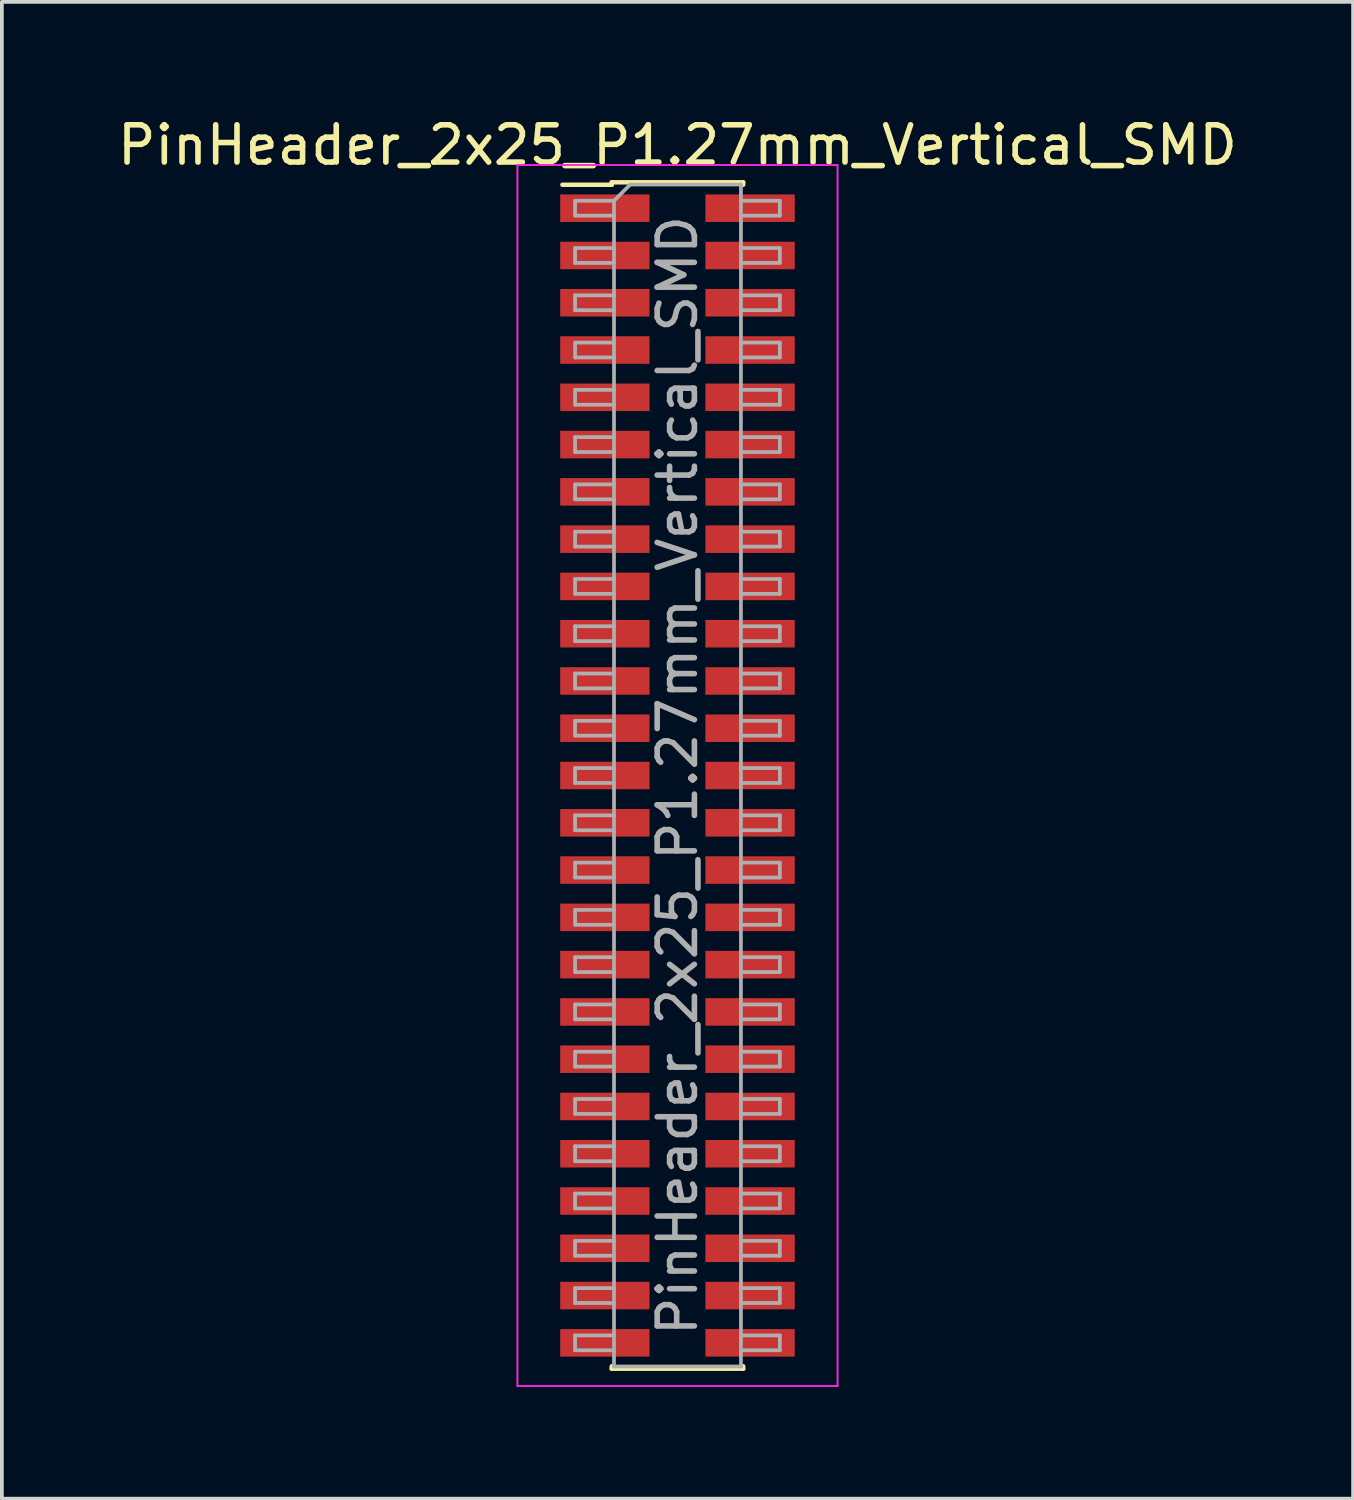
<source format=kicad_pcb>
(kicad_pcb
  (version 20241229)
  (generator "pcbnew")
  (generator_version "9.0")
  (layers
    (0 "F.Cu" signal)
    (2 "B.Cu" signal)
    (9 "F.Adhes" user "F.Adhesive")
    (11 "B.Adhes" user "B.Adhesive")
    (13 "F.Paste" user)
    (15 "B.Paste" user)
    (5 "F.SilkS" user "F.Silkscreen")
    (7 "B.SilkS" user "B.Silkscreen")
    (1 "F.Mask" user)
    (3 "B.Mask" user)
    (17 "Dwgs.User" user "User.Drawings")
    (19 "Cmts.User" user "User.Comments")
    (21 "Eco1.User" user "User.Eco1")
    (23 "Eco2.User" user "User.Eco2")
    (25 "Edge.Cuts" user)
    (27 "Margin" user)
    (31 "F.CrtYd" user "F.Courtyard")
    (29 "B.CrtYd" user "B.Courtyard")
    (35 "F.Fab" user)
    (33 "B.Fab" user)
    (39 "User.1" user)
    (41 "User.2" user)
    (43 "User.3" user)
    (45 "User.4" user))
  (footprint "PinHeader_2x25_P1.27mm_Vertical_SMD"
    (layer "F.Cu")
    (at 15.149 17.783)
    (property "Reference" "PinHeader_2x25_P1.27mm_Vertical_SMD" (at 0 -16.935 0) (layer "F.SilkS") (effects (font (size 1 1) (thickness 0.15))))
    (attr smd)
    (fp_line (start -3.09 -15.87) (end -1.765 -15.87) (stroke (width 0.12) (type solid)) (layer "F.SilkS"))
    (fp_line (start -1.765 -15.935) (end -1.765 -15.87) (stroke (width 0.12) (type solid)) (layer "F.SilkS"))
    (fp_line (start -1.765 -15.935) (end 1.765 -15.935) (stroke (width 0.12) (type solid)) (layer "F.SilkS"))
    (fp_line (start -1.765 15.87) (end -1.765 15.935) (stroke (width 0.12) (type solid)) (layer "F.SilkS"))
    (fp_line (start -1.765 15.935) (end 1.765 15.935) (stroke (width 0.12) (type solid)) (layer "F.SilkS"))
    (fp_line (start 1.765 -15.935) (end 1.765 -15.87) (stroke (width 0.12) (type solid)) (layer "F.SilkS"))
    (fp_line (start 1.765 15.87) (end 1.765 15.935) (stroke (width 0.12) (type solid)) (layer "F.SilkS"))
    (fp_line (start -4.3 -16.4) (end -4.3 16.4) (stroke (width 0.05) (type solid)) (layer "F.CrtYd"))
    (fp_line (start -4.3 16.4) (end 4.3 16.4) (stroke (width 0.05) (type solid)) (layer "F.CrtYd"))
    (fp_line (start 4.3 -16.4) (end -4.3 -16.4) (stroke (width 0.05) (type solid)) (layer "F.CrtYd"))
    (fp_line (start 4.3 16.4) (end 4.3 -16.4) (stroke (width 0.05) (type solid)) (layer "F.CrtYd"))
    (fp_line (start -2.75 -15.44) (end -2.75 -15.04) (stroke (width 0.1) (type solid)) (layer "F.Fab"))
    (fp_line (start -2.75 -15.04) (end -1.705 -15.04) (stroke (width 0.1) (type solid)) (layer "F.Fab"))
    (fp_line (start -2.75 -14.17) (end -2.75 -13.77) (stroke (width 0.1) (type solid)) (layer "F.Fab"))
    (fp_line (start -2.75 -13.77) (end -1.705 -13.77) (stroke (width 0.1) (type solid)) (layer "F.Fab"))
    (fp_line (start -2.75 -12.9) (end -2.75 -12.5) (stroke (width 0.1) (type solid)) (layer "F.Fab"))
    (fp_line (start -2.75 -12.5) (end -1.705 -12.5) (stroke (width 0.1) (type solid)) (layer "F.Fab"))
    (fp_line (start -2.75 -11.63) (end -2.75 -11.23) (stroke (width 0.1) (type solid)) (layer "F.Fab"))
    (fp_line (start -2.75 -11.23) (end -1.705 -11.23) (stroke (width 0.1) (type solid)) (layer "F.Fab"))
    (fp_line (start -2.75 -10.36) (end -2.75 -9.96) (stroke (width 0.1) (type solid)) (layer "F.Fab"))
    (fp_line (start -2.75 -9.96) (end -1.705 -9.96) (stroke (width 0.1) (type solid)) (layer "F.Fab"))
    (fp_line (start -2.75 -9.09) (end -2.75 -8.69) (stroke (width 0.1) (type solid)) (layer "F.Fab"))
    (fp_line (start -2.75 -8.69) (end -1.705 -8.69) (stroke (width 0.1) (type solid)) (layer "F.Fab"))
    (fp_line (start -2.75 -7.82) (end -2.75 -7.42) (stroke (width 0.1) (type solid)) (layer "F.Fab"))
    (fp_line (start -2.75 -7.42) (end -1.705 -7.42) (stroke (width 0.1) (type solid)) (layer "F.Fab"))
    (fp_line (start -2.75 -6.55) (end -2.75 -6.15) (stroke (width 0.1) (type solid)) (layer "F.Fab"))
    (fp_line (start -2.75 -6.15) (end -1.705 -6.15) (stroke (width 0.1) (type solid)) (layer "F.Fab"))
    (fp_line (start -2.75 -5.28) (end -2.75 -4.88) (stroke (width 0.1) (type solid)) (layer "F.Fab"))
    (fp_line (start -2.75 -4.88) (end -1.705 -4.88) (stroke (width 0.1) (type solid)) (layer "F.Fab"))
    (fp_line (start -2.75 -4.01) (end -2.75 -3.61) (stroke (width 0.1) (type solid)) (layer "F.Fab"))
    (fp_line (start -2.75 -3.61) (end -1.705 -3.61) (stroke (width 0.1) (type solid)) (layer "F.Fab"))
    (fp_line (start -2.75 -2.74) (end -2.75 -2.34) (stroke (width 0.1) (type solid)) (layer "F.Fab"))
    (fp_line (start -2.75 -2.34) (end -1.705 -2.34) (stroke (width 0.1) (type solid)) (layer "F.Fab"))
    (fp_line (start -2.75 -1.47) (end -2.75 -1.07) (stroke (width 0.1) (type solid)) (layer "F.Fab"))
    (fp_line (start -2.75 -1.07) (end -1.705 -1.07) (stroke (width 0.1) (type solid)) (layer "F.Fab"))
    (fp_line (start -2.75 -0.2) (end -2.75 0.2) (stroke (width 0.1) (type solid)) (layer "F.Fab"))
    (fp_line (start -2.75 0.2) (end -1.705 0.2) (stroke (width 0.1) (type solid)) (layer "F.Fab"))
    (fp_line (start -2.75 1.07) (end -2.75 1.47) (stroke (width 0.1) (type solid)) (layer "F.Fab"))
    (fp_line (start -2.75 1.47) (end -1.705 1.47) (stroke (width 0.1) (type solid)) (layer "F.Fab"))
    (fp_line (start -2.75 2.34) (end -2.75 2.74) (stroke (width 0.1) (type solid)) (layer "F.Fab"))
    (fp_line (start -2.75 2.74) (end -1.705 2.74) (stroke (width 0.1) (type solid)) (layer "F.Fab"))
    (fp_line (start -2.75 3.61) (end -2.75 4.01) (stroke (width 0.1) (type solid)) (layer "F.Fab"))
    (fp_line (start -2.75 4.01) (end -1.705 4.01) (stroke (width 0.1) (type solid)) (layer "F.Fab"))
    (fp_line (start -2.75 4.88) (end -2.75 5.28) (stroke (width 0.1) (type solid)) (layer "F.Fab"))
    (fp_line (start -2.75 5.28) (end -1.705 5.28) (stroke (width 0.1) (type solid)) (layer "F.Fab"))
    (fp_line (start -2.75 6.15) (end -2.75 6.55) (stroke (width 0.1) (type solid)) (layer "F.Fab"))
    (fp_line (start -2.75 6.55) (end -1.705 6.55) (stroke (width 0.1) (type solid)) (layer "F.Fab"))
    (fp_line (start -2.75 7.42) (end -2.75 7.82) (stroke (width 0.1) (type solid)) (layer "F.Fab"))
    (fp_line (start -2.75 7.82) (end -1.705 7.82) (stroke (width 0.1) (type solid)) (layer "F.Fab"))
    (fp_line (start -2.75 8.69) (end -2.75 9.09) (stroke (width 0.1) (type solid)) (layer "F.Fab"))
    (fp_line (start -2.75 9.09) (end -1.705 9.09) (stroke (width 0.1) (type solid)) (layer "F.Fab"))
    (fp_line (start -2.75 9.96) (end -2.75 10.36) (stroke (width 0.1) (type solid)) (layer "F.Fab"))
    (fp_line (start -2.75 10.36) (end -1.705 10.36) (stroke (width 0.1) (type solid)) (layer "F.Fab"))
    (fp_line (start -2.75 11.23) (end -2.75 11.63) (stroke (width 0.1) (type solid)) (layer "F.Fab"))
    (fp_line (start -2.75 11.63) (end -1.705 11.63) (stroke (width 0.1) (type solid)) (layer "F.Fab"))
    (fp_line (start -2.75 12.5) (end -2.75 12.9) (stroke (width 0.1) (type solid)) (layer "F.Fab"))
    (fp_line (start -2.75 12.9) (end -1.705 12.9) (stroke (width 0.1) (type solid)) (layer "F.Fab"))
    (fp_line (start -2.75 13.77) (end -2.75 14.17) (stroke (width 0.1) (type solid)) (layer "F.Fab"))
    (fp_line (start -2.75 14.17) (end -1.705 14.17) (stroke (width 0.1) (type solid)) (layer "F.Fab"))
    (fp_line (start -2.75 15.04) (end -2.75 15.44) (stroke (width 0.1) (type solid)) (layer "F.Fab"))
    (fp_line (start -2.75 15.44) (end -1.705 15.44) (stroke (width 0.1) (type solid)) (layer "F.Fab"))
    (fp_line (start -1.705 -15.44) (end -2.75 -15.44) (stroke (width 0.1) (type solid)) (layer "F.Fab"))
    (fp_line (start -1.705 -15.44) (end -1.27 -15.875) (stroke (width 0.1) (type solid)) (layer "F.Fab"))
    (fp_line (start -1.705 -14.17) (end -2.75 -14.17) (stroke (width 0.1) (type solid)) (layer "F.Fab"))
    (fp_line (start -1.705 -12.9) (end -2.75 -12.9) (stroke (width 0.1) (type solid)) (layer "F.Fab"))
    (fp_line (start -1.705 -11.63) (end -2.75 -11.63) (stroke (width 0.1) (type solid)) (layer "F.Fab"))
    (fp_line (start -1.705 -10.36) (end -2.75 -10.36) (stroke (width 0.1) (type solid)) (layer "F.Fab"))
    (fp_line (start -1.705 -9.09) (end -2.75 -9.09) (stroke (width 0.1) (type solid)) (layer "F.Fab"))
    (fp_line (start -1.705 -7.82) (end -2.75 -7.82) (stroke (width 0.1) (type solid)) (layer "F.Fab"))
    (fp_line (start -1.705 -6.55) (end -2.75 -6.55) (stroke (width 0.1) (type solid)) (layer "F.Fab"))
    (fp_line (start -1.705 -5.28) (end -2.75 -5.28) (stroke (width 0.1) (type solid)) (layer "F.Fab"))
    (fp_line (start -1.705 -4.01) (end -2.75 -4.01) (stroke (width 0.1) (type solid)) (layer "F.Fab"))
    (fp_line (start -1.705 -2.74) (end -2.75 -2.74) (stroke (width 0.1) (type solid)) (layer "F.Fab"))
    (fp_line (start -1.705 -1.47) (end -2.75 -1.47) (stroke (width 0.1) (type solid)) (layer "F.Fab"))
    (fp_line (start -1.705 -0.2) (end -2.75 -0.2) (stroke (width 0.1) (type solid)) (layer "F.Fab"))
    (fp_line (start -1.705 1.07) (end -2.75 1.07) (stroke (width 0.1) (type solid)) (layer "F.Fab"))
    (fp_line (start -1.705 2.34) (end -2.75 2.34) (stroke (width 0.1) (type solid)) (layer "F.Fab"))
    (fp_line (start -1.705 3.61) (end -2.75 3.61) (stroke (width 0.1) (type solid)) (layer "F.Fab"))
    (fp_line (start -1.705 4.88) (end -2.75 4.88) (stroke (width 0.1) (type solid)) (layer "F.Fab"))
    (fp_line (start -1.705 6.15) (end -2.75 6.15) (stroke (width 0.1) (type solid)) (layer "F.Fab"))
    (fp_line (start -1.705 7.42) (end -2.75 7.42) (stroke (width 0.1) (type solid)) (layer "F.Fab"))
    (fp_line (start -1.705 8.69) (end -2.75 8.69) (stroke (width 0.1) (type solid)) (layer "F.Fab"))
    (fp_line (start -1.705 9.96) (end -2.75 9.96) (stroke (width 0.1) (type solid)) (layer "F.Fab"))
    (fp_line (start -1.705 11.23) (end -2.75 11.23) (stroke (width 0.1) (type solid)) (layer "F.Fab"))
    (fp_line (start -1.705 12.5) (end -2.75 12.5) (stroke (width 0.1) (type solid)) (layer "F.Fab"))
    (fp_line (start -1.705 13.77) (end -2.75 13.77) (stroke (width 0.1) (type solid)) (layer "F.Fab"))
    (fp_line (start -1.705 15.04) (end -2.75 15.04) (stroke (width 0.1) (type solid)) (layer "F.Fab"))
    (fp_line (start -1.705 15.875) (end -1.705 -15.44) (stroke (width 0.1) (type solid)) (layer "F.Fab"))
    (fp_line (start -1.27 -15.875) (end 1.705 -15.875) (stroke (width 0.1) (type solid)) (layer "F.Fab"))
    (fp_line (start 1.705 -15.875) (end 1.705 15.875) (stroke (width 0.1) (type solid)) (layer "F.Fab"))
    (fp_line (start 1.705 -15.44) (end 2.75 -15.44) (stroke (width 0.1) (type solid)) (layer "F.Fab"))
    (fp_line (start 1.705 -14.17) (end 2.75 -14.17) (stroke (width 0.1) (type solid)) (layer "F.Fab"))
    (fp_line (start 1.705 -12.9) (end 2.75 -12.9) (stroke (width 0.1) (type solid)) (layer "F.Fab"))
    (fp_line (start 1.705 -11.63) (end 2.75 -11.63) (stroke (width 0.1) (type solid)) (layer "F.Fab"))
    (fp_line (start 1.705 -10.36) (end 2.75 -10.36) (stroke (width 0.1) (type solid)) (layer "F.Fab"))
    (fp_line (start 1.705 -9.09) (end 2.75 -9.09) (stroke (width 0.1) (type solid)) (layer "F.Fab"))
    (fp_line (start 1.705 -7.82) (end 2.75 -7.82) (stroke (width 0.1) (type solid)) (layer "F.Fab"))
    (fp_line (start 1.705 -6.55) (end 2.75 -6.55) (stroke (width 0.1) (type solid)) (layer "F.Fab"))
    (fp_line (start 1.705 -5.28) (end 2.75 -5.28) (stroke (width 0.1) (type solid)) (layer "F.Fab"))
    (fp_line (start 1.705 -4.01) (end 2.75 -4.01) (stroke (width 0.1) (type solid)) (layer "F.Fab"))
    (fp_line (start 1.705 -2.74) (end 2.75 -2.74) (stroke (width 0.1) (type solid)) (layer "F.Fab"))
    (fp_line (start 1.705 -1.47) (end 2.75 -1.47) (stroke (width 0.1) (type solid)) (layer "F.Fab"))
    (fp_line (start 1.705 -0.2) (end 2.75 -0.2) (stroke (width 0.1) (type solid)) (layer "F.Fab"))
    (fp_line (start 1.705 1.07) (end 2.75 1.07) (stroke (width 0.1) (type solid)) (layer "F.Fab"))
    (fp_line (start 1.705 2.34) (end 2.75 2.34) (stroke (width 0.1) (type solid)) (layer "F.Fab"))
    (fp_line (start 1.705 3.61) (end 2.75 3.61) (stroke (width 0.1) (type solid)) (layer "F.Fab"))
    (fp_line (start 1.705 4.88) (end 2.75 4.88) (stroke (width 0.1) (type solid)) (layer "F.Fab"))
    (fp_line (start 1.705 6.15) (end 2.75 6.15) (stroke (width 0.1) (type solid)) (layer "F.Fab"))
    (fp_line (start 1.705 7.42) (end 2.75 7.42) (stroke (width 0.1) (type solid)) (layer "F.Fab"))
    (fp_line (start 1.705 8.69) (end 2.75 8.69) (stroke (width 0.1) (type solid)) (layer "F.Fab"))
    (fp_line (start 1.705 9.96) (end 2.75 9.96) (stroke (width 0.1) (type solid)) (layer "F.Fab"))
    (fp_line (start 1.705 11.23) (end 2.75 11.23) (stroke (width 0.1) (type solid)) (layer "F.Fab"))
    (fp_line (start 1.705 12.5) (end 2.75 12.5) (stroke (width 0.1) (type solid)) (layer "F.Fab"))
    (fp_line (start 1.705 13.77) (end 2.75 13.77) (stroke (width 0.1) (type solid)) (layer "F.Fab"))
    (fp_line (start 1.705 15.04) (end 2.75 15.04) (stroke (width 0.1) (type solid)) (layer "F.Fab"))
    (fp_line (start 1.705 15.875) (end -1.705 15.875) (stroke (width 0.1) (type solid)) (layer "F.Fab"))
    (fp_line (start 2.75 -15.44) (end 2.75 -15.04) (stroke (width 0.1) (type solid)) (layer "F.Fab"))
    (fp_line (start 2.75 -15.04) (end 1.705 -15.04) (stroke (width 0.1) (type solid)) (layer "F.Fab"))
    (fp_line (start 2.75 -14.17) (end 2.75 -13.77) (stroke (width 0.1) (type solid)) (layer "F.Fab"))
    (fp_line (start 2.75 -13.77) (end 1.705 -13.77) (stroke (width 0.1) (type solid)) (layer "F.Fab"))
    (fp_line (start 2.75 -12.9) (end 2.75 -12.5) (stroke (width 0.1) (type solid)) (layer "F.Fab"))
    (fp_line (start 2.75 -12.5) (end 1.705 -12.5) (stroke (width 0.1) (type solid)) (layer "F.Fab"))
    (fp_line (start 2.75 -11.63) (end 2.75 -11.23) (stroke (width 0.1) (type solid)) (layer "F.Fab"))
    (fp_line (start 2.75 -11.23) (end 1.705 -11.23) (stroke (width 0.1) (type solid)) (layer "F.Fab"))
    (fp_line (start 2.75 -10.36) (end 2.75 -9.96) (stroke (width 0.1) (type solid)) (layer "F.Fab"))
    (fp_line (start 2.75 -9.96) (end 1.705 -9.96) (stroke (width 0.1) (type solid)) (layer "F.Fab"))
    (fp_line (start 2.75 -9.09) (end 2.75 -8.69) (stroke (width 0.1) (type solid)) (layer "F.Fab"))
    (fp_line (start 2.75 -8.69) (end 1.705 -8.69) (stroke (width 0.1) (type solid)) (layer "F.Fab"))
    (fp_line (start 2.75 -7.82) (end 2.75 -7.42) (stroke (width 0.1) (type solid)) (layer "F.Fab"))
    (fp_line (start 2.75 -7.42) (end 1.705 -7.42) (stroke (width 0.1) (type solid)) (layer "F.Fab"))
    (fp_line (start 2.75 -6.55) (end 2.75 -6.15) (stroke (width 0.1) (type solid)) (layer "F.Fab"))
    (fp_line (start 2.75 -6.15) (end 1.705 -6.15) (stroke (width 0.1) (type solid)) (layer "F.Fab"))
    (fp_line (start 2.75 -5.28) (end 2.75 -4.88) (stroke (width 0.1) (type solid)) (layer "F.Fab"))
    (fp_line (start 2.75 -4.88) (end 1.705 -4.88) (stroke (width 0.1) (type solid)) (layer "F.Fab"))
    (fp_line (start 2.75 -4.01) (end 2.75 -3.61) (stroke (width 0.1) (type solid)) (layer "F.Fab"))
    (fp_line (start 2.75 -3.61) (end 1.705 -3.61) (stroke (width 0.1) (type solid)) (layer "F.Fab"))
    (fp_line (start 2.75 -2.74) (end 2.75 -2.34) (stroke (width 0.1) (type solid)) (layer "F.Fab"))
    (fp_line (start 2.75 -2.34) (end 1.705 -2.34) (stroke (width 0.1) (type solid)) (layer "F.Fab"))
    (fp_line (start 2.75 -1.47) (end 2.75 -1.07) (stroke (width 0.1) (type solid)) (layer "F.Fab"))
    (fp_line (start 2.75 -1.07) (end 1.705 -1.07) (stroke (width 0.1) (type solid)) (layer "F.Fab"))
    (fp_line (start 2.75 -0.2) (end 2.75 0.2) (stroke (width 0.1) (type solid)) (layer "F.Fab"))
    (fp_line (start 2.75 0.2) (end 1.705 0.2) (stroke (width 0.1) (type solid)) (layer "F.Fab"))
    (fp_line (start 2.75 1.07) (end 2.75 1.47) (stroke (width 0.1) (type solid)) (layer "F.Fab"))
    (fp_line (start 2.75 1.47) (end 1.705 1.47) (stroke (width 0.1) (type solid)) (layer "F.Fab"))
    (fp_line (start 2.75 2.34) (end 2.75 2.74) (stroke (width 0.1) (type solid)) (layer "F.Fab"))
    (fp_line (start 2.75 2.74) (end 1.705 2.74) (stroke (width 0.1) (type solid)) (layer "F.Fab"))
    (fp_line (start 2.75 3.61) (end 2.75 4.01) (stroke (width 0.1) (type solid)) (layer "F.Fab"))
    (fp_line (start 2.75 4.01) (end 1.705 4.01) (stroke (width 0.1) (type solid)) (layer "F.Fab"))
    (fp_line (start 2.75 4.88) (end 2.75 5.28) (stroke (width 0.1) (type solid)) (layer "F.Fab"))
    (fp_line (start 2.75 5.28) (end 1.705 5.28) (stroke (width 0.1) (type solid)) (layer "F.Fab"))
    (fp_line (start 2.75 6.15) (end 2.75 6.55) (stroke (width 0.1) (type solid)) (layer "F.Fab"))
    (fp_line (start 2.75 6.55) (end 1.705 6.55) (stroke (width 0.1) (type solid)) (layer "F.Fab"))
    (fp_line (start 2.75 7.42) (end 2.75 7.82) (stroke (width 0.1) (type solid)) (layer "F.Fab"))
    (fp_line (start 2.75 7.82) (end 1.705 7.82) (stroke (width 0.1) (type solid)) (layer "F.Fab"))
    (fp_line (start 2.75 8.69) (end 2.75 9.09) (stroke (width 0.1) (type solid)) (layer "F.Fab"))
    (fp_line (start 2.75 9.09) (end 1.705 9.09) (stroke (width 0.1) (type solid)) (layer "F.Fab"))
    (fp_line (start 2.75 9.96) (end 2.75 10.36) (stroke (width 0.1) (type solid)) (layer "F.Fab"))
    (fp_line (start 2.75 10.36) (end 1.705 10.36) (stroke (width 0.1) (type solid)) (layer "F.Fab"))
    (fp_line (start 2.75 11.23) (end 2.75 11.63) (stroke (width 0.1) (type solid)) (layer "F.Fab"))
    (fp_line (start 2.75 11.63) (end 1.705 11.63) (stroke (width 0.1) (type solid)) (layer "F.Fab"))
    (fp_line (start 2.75 12.5) (end 2.75 12.9) (stroke (width 0.1) (type solid)) (layer "F.Fab"))
    (fp_line (start 2.75 12.9) (end 1.705 12.9) (stroke (width 0.1) (type solid)) (layer "F.Fab"))
    (fp_line (start 2.75 13.77) (end 2.75 14.17) (stroke (width 0.1) (type solid)) (layer "F.Fab"))
    (fp_line (start 2.75 14.17) (end 1.705 14.17) (stroke (width 0.1) (type solid)) (layer "F.Fab"))
    (fp_line (start 2.75 15.04) (end 2.75 15.44) (stroke (width 0.1) (type solid)) (layer "F.Fab"))
    (fp_line (start 2.75 15.44) (end 1.705 15.44) (stroke (width 0.1) (type solid)) (layer "F.Fab"))
    (fp_text user "${REFERENCE}" (at 0 0 90) (layer "F.Fab") (effects (font (size 1 1) (thickness 0.15))))
    (pad "1" smd rect (at -1.95 -15.24) (size 2.4 0.74) (layers "F.Cu" "F.Mask" "F.Paste"))
    (pad "2" smd rect (at 1.95 -15.24) (size 2.4 0.74) (layers "F.Cu" "F.Mask" "F.Paste"))
    (pad "3" smd rect (at -1.95 -13.97) (size 2.4 0.74) (layers "F.Cu" "F.Mask" "F.Paste"))
    (pad "4" smd rect (at 1.95 -13.97) (size 2.4 0.74) (layers "F.Cu" "F.Mask" "F.Paste"))
    (pad "5" smd rect (at -1.95 -12.7) (size 2.4 0.74) (layers "F.Cu" "F.Mask" "F.Paste"))
    (pad "6" smd rect (at 1.95 -12.7) (size 2.4 0.74) (layers "F.Cu" "F.Mask" "F.Paste"))
    (pad "7" smd rect (at -1.95 -11.43) (size 2.4 0.74) (layers "F.Cu" "F.Mask" "F.Paste"))
    (pad "8" smd rect (at 1.95 -11.43) (size 2.4 0.74) (layers "F.Cu" "F.Mask" "F.Paste"))
    (pad "9" smd rect (at -1.95 -10.16) (size 2.4 0.74) (layers "F.Cu" "F.Mask" "F.Paste"))
    (pad "10" smd rect (at 1.95 -10.16) (size 2.4 0.74) (layers "F.Cu" "F.Mask" "F.Paste"))
    (pad "11" smd rect (at -1.95 -8.89) (size 2.4 0.74) (layers "F.Cu" "F.Mask" "F.Paste"))
    (pad "12" smd rect (at 1.95 -8.89) (size 2.4 0.74) (layers "F.Cu" "F.Mask" "F.Paste"))
    (pad "13" smd rect (at -1.95 -7.62) (size 2.4 0.74) (layers "F.Cu" "F.Mask" "F.Paste"))
    (pad "14" smd rect (at 1.95 -7.62) (size 2.4 0.74) (layers "F.Cu" "F.Mask" "F.Paste"))
    (pad "15" smd rect (at -1.95 -6.35) (size 2.4 0.74) (layers "F.Cu" "F.Mask" "F.Paste"))
    (pad "16" smd rect (at 1.95 -6.35) (size 2.4 0.74) (layers "F.Cu" "F.Mask" "F.Paste"))
    (pad "17" smd rect (at -1.95 -5.08) (size 2.4 0.74) (layers "F.Cu" "F.Mask" "F.Paste"))
    (pad "18" smd rect (at 1.95 -5.08) (size 2.4 0.74) (layers "F.Cu" "F.Mask" "F.Paste"))
    (pad "19" smd rect (at -1.95 -3.81) (size 2.4 0.74) (layers "F.Cu" "F.Mask" "F.Paste"))
    (pad "20" smd rect (at 1.95 -3.81) (size 2.4 0.74) (layers "F.Cu" "F.Mask" "F.Paste"))
    (pad "21" smd rect (at -1.95 -2.54) (size 2.4 0.74) (layers "F.Cu" "F.Mask" "F.Paste"))
    (pad "22" smd rect (at 1.95 -2.54) (size 2.4 0.74) (layers "F.Cu" "F.Mask" "F.Paste"))
    (pad "23" smd rect (at -1.95 -1.27) (size 2.4 0.74) (layers "F.Cu" "F.Mask" "F.Paste"))
    (pad "24" smd rect (at 1.95 -1.27) (size 2.4 0.74) (layers "F.Cu" "F.Mask" "F.Paste"))
    (pad "25" smd rect (at -1.95 0) (size 2.4 0.74) (layers "F.Cu" "F.Mask" "F.Paste"))
    (pad "26" smd rect (at 1.95 0) (size 2.4 0.74) (layers "F.Cu" "F.Mask" "F.Paste"))
    (pad "27" smd rect (at -1.95 1.27) (size 2.4 0.74) (layers "F.Cu" "F.Mask" "F.Paste"))
    (pad "28" smd rect (at 1.95 1.27) (size 2.4 0.74) (layers "F.Cu" "F.Mask" "F.Paste"))
    (pad "29" smd rect (at -1.95 2.54) (size 2.4 0.74) (layers "F.Cu" "F.Mask" "F.Paste"))
    (pad "30" smd rect (at 1.95 2.54) (size 2.4 0.74) (layers "F.Cu" "F.Mask" "F.Paste"))
    (pad "31" smd rect (at -1.95 3.81) (size 2.4 0.74) (layers "F.Cu" "F.Mask" "F.Paste"))
    (pad "32" smd rect (at 1.95 3.81) (size 2.4 0.74) (layers "F.Cu" "F.Mask" "F.Paste"))
    (pad "33" smd rect (at -1.95 5.08) (size 2.4 0.74) (layers "F.Cu" "F.Mask" "F.Paste"))
    (pad "34" smd rect (at 1.95 5.08) (size 2.4 0.74) (layers "F.Cu" "F.Mask" "F.Paste"))
    (pad "35" smd rect (at -1.95 6.35) (size 2.4 0.74) (layers "F.Cu" "F.Mask" "F.Paste"))
    (pad "36" smd rect (at 1.95 6.35) (size 2.4 0.74) (layers "F.Cu" "F.Mask" "F.Paste"))
    (pad "37" smd rect (at -1.95 7.62) (size 2.4 0.74) (layers "F.Cu" "F.Mask" "F.Paste"))
    (pad "38" smd rect (at 1.95 7.62) (size 2.4 0.74) (layers "F.Cu" "F.Mask" "F.Paste"))
    (pad "39" smd rect (at -1.95 8.89) (size 2.4 0.74) (layers "F.Cu" "F.Mask" "F.Paste"))
    (pad "40" smd rect (at 1.95 8.89) (size 2.4 0.74) (layers "F.Cu" "F.Mask" "F.Paste"))
    (pad "41" smd rect (at -1.95 10.16) (size 2.4 0.74) (layers "F.Cu" "F.Mask" "F.Paste"))
    (pad "42" smd rect (at 1.95 10.16) (size 2.4 0.74) (layers "F.Cu" "F.Mask" "F.Paste"))
    (pad "43" smd rect (at -1.95 11.43) (size 2.4 0.74) (layers "F.Cu" "F.Mask" "F.Paste"))
    (pad "44" smd rect (at 1.95 11.43) (size 2.4 0.74) (layers "F.Cu" "F.Mask" "F.Paste"))
    (pad "45" smd rect (at -1.95 12.7) (size 2.4 0.74) (layers "F.Cu" "F.Mask" "F.Paste"))
    (pad "46" smd rect (at 1.95 12.7) (size 2.4 0.74) (layers "F.Cu" "F.Mask" "F.Paste"))
    (pad "47" smd rect (at -1.95 13.97) (size 2.4 0.74) (layers "F.Cu" "F.Mask" "F.Paste"))
    (pad "48" smd rect (at 1.95 13.97) (size 2.4 0.74) (layers "F.Cu" "F.Mask" "F.Paste"))
    (pad "49" smd rect (at -1.95 15.24) (size 2.4 0.74) (layers "F.Cu" "F.Mask" "F.Paste"))
    (pad "50" smd rect (at 1.95 15.24) (size 2.4 0.74) (layers "F.Cu" "F.Mask" "F.Paste")))
  (gr_rect
    (start -3 -3)
    (end 33.298 37.208)
    (stroke (width 0.1) (type default))
    (fill no)
    (layer "Edge.Cuts")))
</source>
